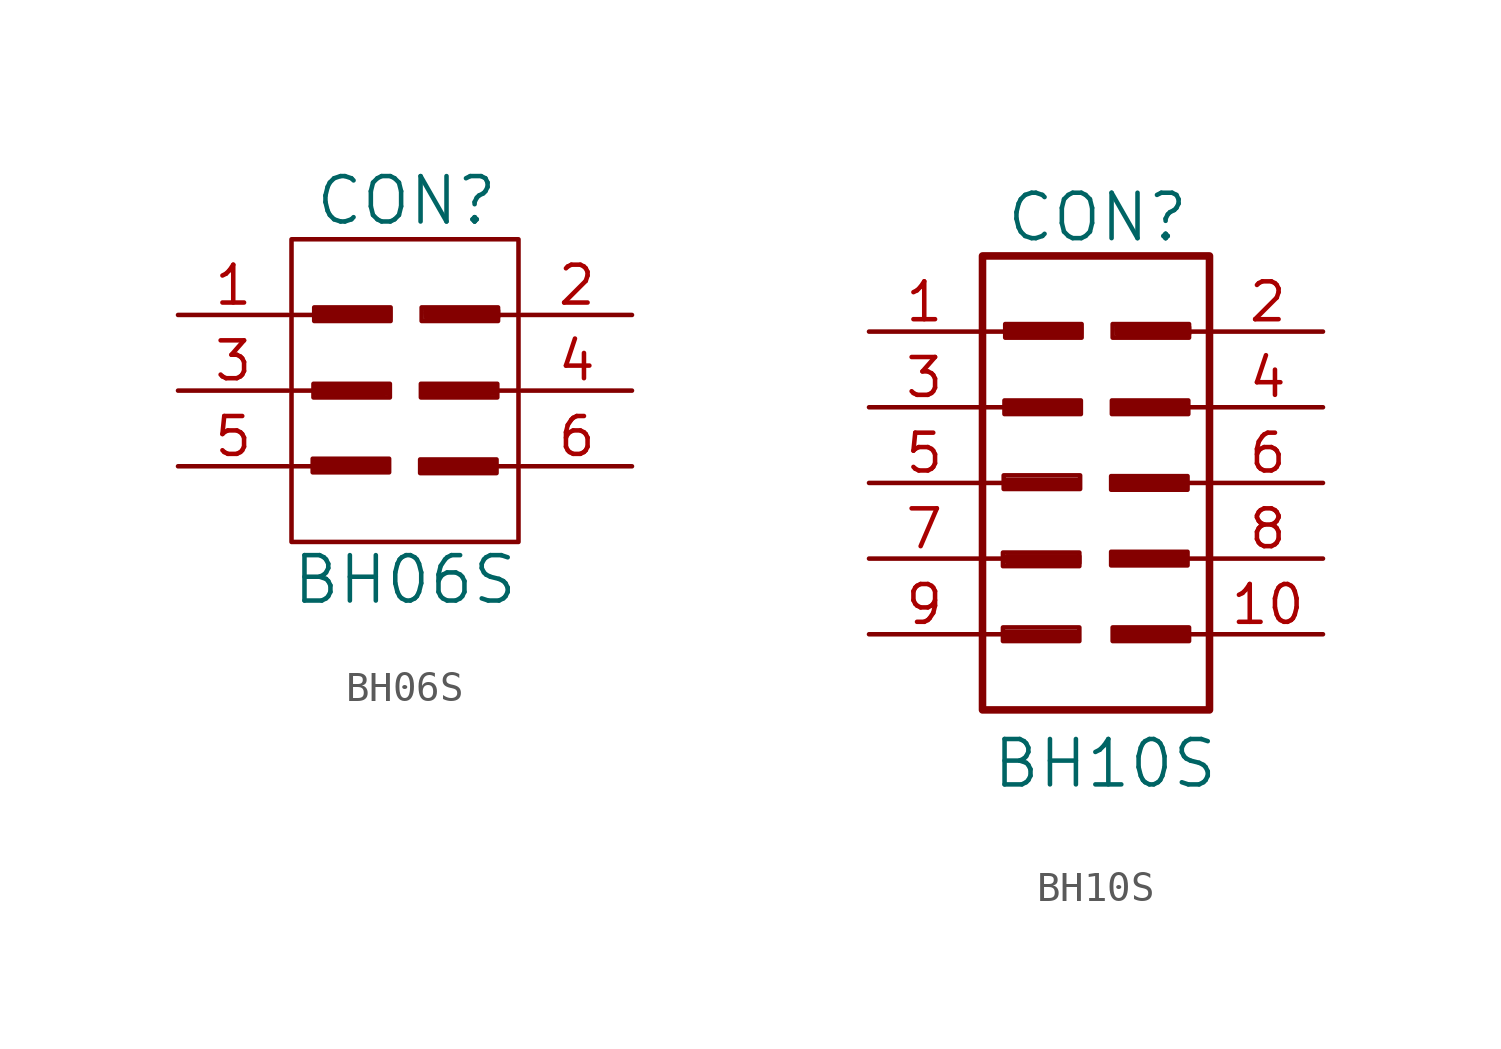
<source format=kicad_sym>
(kicad_symbol_lib
  (version 20241209)
  (generator "kicad_symbol_editor")
  (generator_version "9.0")
  (symbol "BH06S"
    (pin_names
      (offset 1.016)
      (hide yes))
    (property "Reference" "CON"
      (at 0.051 6.375 0)
      (effects (font (size 1.524 1.524))))
    (property "Value" "BH06S"
      (at 0 -6.35 0)
      (effects (font (size 1.524 1.524))))
    (property "Footprint" ""
      (at -0.203 -3.734 0)
      (effects (font (size 1.524 1.524))))
    (property "Datasheet" ""
      (at -0.203 -3.734 0)
      (effects (font (size 1.524 1.524))))
    (symbol "BH06S_0_0"
      (rectangle (start -3.099 -2.286) (end -0.533 -2.743) (stroke (width 0) (type solid)) (fill (type none)))
      (rectangle (start -3.073 0.229) (end -0.508 -0.229) (stroke (width 0) (type solid)) (fill (type none)))
      (rectangle (start -3.048 2.794) (end -0.483 2.337) (stroke (width 0) (type solid)) (fill (type none)))
      (polyline (pts (xy -3.023 -2.438) (xy -0.584 -2.438) (xy -0.584 -2.667) (xy -2.997 -2.692) (xy -3.023 -2.515) (xy -0.711 -2.515) (xy -0.711 -2.591) (xy -2.997 -2.54)) (stroke (width 0) (type solid)) (fill (type none)))
      (polyline (pts (xy -2.972 0.127) (xy -0.533 0.127) (xy -0.533 -0.102) (xy -2.946 -0.127) (xy -2.972 0.051) (xy -0.66 0.051) (xy -0.66 -0.025) (xy -2.946 0.025)) (stroke (width 0) (type solid)) (fill (type none)))
      (polyline (pts (xy -2.946 2.692) (xy -0.508 2.692) (xy -0.508 2.464) (xy -2.921 2.438) (xy -2.946 2.616) (xy -0.635 2.616) (xy -0.635 2.54) (xy -2.921 2.591)) (stroke (width 0) (type solid)) (fill (type none)))
      (rectangle (start 0.508 -2.311) (end 3.073 -2.769) (stroke (width 0) (type solid)) (fill (type none)))
      (rectangle (start 0.533 0.229) (end 3.099 -0.229) (stroke (width 0) (type solid)) (fill (type none)))
      (rectangle (start 0.559 2.794) (end 3.124 2.337) (stroke (width 0) (type solid)) (fill (type none)))
      (polyline (pts (xy 0.559 -2.438) (xy 2.997 -2.438) (xy 2.997 -2.667) (xy 0.584 -2.692) (xy 0.559 -2.515) (xy 2.87 -2.515) (xy 2.87 -2.591) (xy 0.584 -2.54)) (stroke (width 0) (type solid)) (fill (type none)))
      (polyline (pts (xy 0.584 0.127) (xy 3.023 0.127) (xy 3.023 -0.102) (xy 0.61 -0.127) (xy 0.584 0.051) (xy 2.896 0.051) (xy 2.896 -0.025) (xy 0.61 0.025)) (stroke (width 0) (type solid)) (fill (type none)))
      (polyline (pts (xy 0.686 2.692) (xy 3.124 2.692) (xy 3.124 2.464) (xy 0.711 2.438) (xy 0.686 2.616) (xy 2.997 2.616) (xy 2.997 2.54) (xy 0.711 2.591)) (stroke (width 0) (type solid)) (fill (type none))))
    (symbol "BH06S_0_1"
      (rectangle (start -3.81 5.08) (end 3.81 -5.08) (stroke (width 0) (type solid)) (fill (type none)))
      (polyline (pts (xy -3.81 2.54) (xy -3.048 2.54)) (stroke (width 0) (type solid)) (fill (type none)))
      (polyline (pts (xy -3.81 0) (xy -3.048 0)) (stroke (width 0) (type solid)) (fill (type none)))
      (polyline (pts (xy -3.81 -2.54) (xy -3.048 -2.54)) (stroke (width 0) (type solid)) (fill (type none)))
      (polyline (pts (xy 3.81 2.54) (xy 3.048 2.54)) (stroke (width 0) (type solid)) (fill (type none)))
      (polyline (pts (xy 3.81 0) (xy 3.048 0)) (stroke (width 0) (type solid)) (fill (type none)))
      (polyline (pts (xy 3.81 -2.54) (xy 3.048 -2.54)) (stroke (width 0) (type solid)) (fill (type none))))
    (symbol "BH06S_1_1"
      (pin passive line (at -7.62 2.54 0) (length 3.708) (name "1" (effects (font (size 1.27 1.27)))) (number "1" (effects (font (size 1.27 1.27)))))
      (pin passive line (at -7.62 0 0) (length 3.708) (name "3" (effects (font (size 1.27 1.27)))) (number "3" (effects (font (size 1.27 1.27)))))
      (pin passive line (at -7.62 -2.54 0) (length 3.708) (name "5" (effects (font (size 1.27 1.27)))) (number "5" (effects (font (size 1.27 1.27)))))
      (pin passive line (at 7.62 2.54 180) (length 3.708) (name "2" (effects (font (size 1.27 1.27)))) (number "2" (effects (font (size 1.27 1.27)))))
      (pin passive line (at 7.62 0 180) (length 3.708) (name "4" (effects (font (size 1.27 1.27)))) (number "4" (effects (font (size 1.27 1.27)))))
      (pin passive line (at 7.62 -2.54 180) (length 3.708) (name "6" (effects (font (size 1.27 1.27)))) (number "6" (effects (font (size 1.27 1.27)))))))
  (symbol "BH10S"
    (pin_names
      (offset 1.016)
      (hide yes))
    (property "Reference" "CON"
      (at 0.051 8.915 0)
      (effects (font (size 1.524 1.524))))
    (property "Value" "BH10S"
      (at 0.305 -9.423 0)
      (effects (font (size 1.524 1.524))))
    (property "Footprint" ""
      (at -0.203 -1.194 0)
      (effects (font (size 1.524 1.524))))
    (property "Datasheet" ""
      (at -0.203 -1.194 0)
      (effects (font (size 1.524 1.524))))
    (symbol "BH10S_0_0"
      (rectangle (start -3.124 -2.337) (end -0.559 -2.794) (stroke (width 0) (type solid)) (fill (type none)))
      (rectangle (start -3.124 -4.851) (end -0.559 -5.309) (stroke (width 0) (type solid)) (fill (type none)))
      (rectangle (start -3.099 0.254) (end -0.533 -0.203) (stroke (width 0) (type solid)) (fill (type none)))
      (rectangle (start -3.073 2.769) (end -0.508 2.311) (stroke (width 0) (type solid)) (fill (type none)))
      (rectangle (start -3.048 5.334) (end -0.483 4.877) (stroke (width 0) (type solid)) (fill (type none)))
      (polyline (pts (xy -3.023 0.102) (xy -0.584 0.102) (xy -0.584 -0.127) (xy -2.997 -0.152) (xy -3.023 0.025) (xy -0.711 0.025) (xy -0.711 -0.051) (xy -2.997 0)) (stroke (width 0) (type solid)) (fill (type none)))
      (polyline (pts (xy -3.023 -5.004) (xy -0.584 -5.004) (xy -0.584 -5.232) (xy -2.997 -5.258) (xy -3.023 -5.08) (xy -0.711 -5.08) (xy -0.711 -5.156) (xy -2.997 -5.105)) (stroke (width 0) (type solid)) (fill (type none)))
      (polyline (pts (xy -2.997 -2.464) (xy -0.559 -2.464) (xy -0.559 -2.692) (xy -2.972 -2.718) (xy -2.997 -2.54) (xy -0.686 -2.54) (xy -0.686 -2.616) (xy -2.972 -2.565)) (stroke (width 0) (type solid)) (fill (type none)))
      (polyline (pts (xy -2.972 2.667) (xy -0.533 2.667) (xy -0.533 2.438) (xy -2.946 2.413) (xy -2.972 2.591) (xy -0.66 2.591) (xy -0.66 2.515) (xy -2.946 2.565)) (stroke (width 0) (type solid)) (fill (type none)))
      (polyline (pts (xy -2.946 5.232) (xy -0.508 5.232) (xy -0.508 5.004) (xy -2.921 4.978) (xy -2.946 5.156) (xy -0.635 5.156) (xy -0.635 5.08) (xy -2.921 5.131)) (stroke (width 0) (type solid)) (fill (type none)))
      (rectangle (start 0.508 0.229) (end 3.073 -0.229) (stroke (width 0) (type solid)) (fill (type none)))
      (rectangle (start 0.508 -2.311) (end 3.073 -2.769) (stroke (width 0) (type solid)) (fill (type none)))
      (rectangle (start 0.533 2.769) (end 3.099 2.311) (stroke (width 0) (type solid)) (fill (type none)))
      (rectangle (start 0.559 5.334) (end 3.124 4.877) (stroke (width 0) (type solid)) (fill (type none)))
      (polyline (pts (xy 0.559 0.102) (xy 2.997 0.102) (xy 2.997 -0.127) (xy 0.584 -0.152) (xy 0.559 0.025) (xy 2.87 0.025) (xy 2.87 -0.051) (xy 0.584 0)) (stroke (width 0) (type solid)) (fill (type none)))
      (rectangle (start 0.559 -4.851) (end 3.124 -5.309) (stroke (width 0) (type solid)) (fill (type none)))
      (polyline (pts (xy 0.584 2.667) (xy 3.023 2.667) (xy 3.023 2.438) (xy 0.61 2.413) (xy 0.584 2.591) (xy 2.896 2.591) (xy 2.896 2.515) (xy 0.61 2.565)) (stroke (width 0) (type solid)) (fill (type none)))
      (polyline (pts (xy 0.584 -2.438) (xy 3.023 -2.438) (xy 3.023 -2.667) (xy 0.61 -2.692) (xy 0.584 -2.515) (xy 2.896 -2.515) (xy 2.896 -2.591) (xy 0.61 -2.54)) (stroke (width 0) (type solid)) (fill (type none)))
      (polyline (pts (xy 0.635 -4.953) (xy 3.073 -4.953) (xy 3.073 -5.182) (xy 0.66 -5.207) (xy 0.635 -5.029) (xy 2.946 -5.029) (xy 2.946 -5.105) (xy 0.66 -5.055)) (stroke (width 0) (type solid)) (fill (type none)))
      (polyline (pts (xy 0.686 5.232) (xy 3.124 5.232) (xy 3.124 5.004) (xy 0.711 4.978) (xy 0.686 5.156) (xy 2.997 5.156) (xy 2.997 5.08) (xy 0.711 5.131)) (stroke (width 0) (type solid)) (fill (type none))))
    (symbol "BH10S_0_1"
      (rectangle (start -3.81 7.62) (end 3.81 -7.62) (stroke (width 0.254) (type solid)) (fill (type none)))
      (polyline (pts (xy -3.81 5.08) (xy -3.048 5.08)) (stroke (width 0) (type solid)) (fill (type none)))
      (polyline (pts (xy -3.81 2.54) (xy -3.048 2.54)) (stroke (width 0) (type solid)) (fill (type none)))
      (polyline (pts (xy -3.81 0) (xy -3.048 0)) (stroke (width 0) (type solid)) (fill (type none)))
      (polyline (pts (xy -3.81 -2.54) (xy -3.048 -2.54)) (stroke (width 0) (type solid)) (fill (type none)))
      (polyline (pts (xy -3.81 -5.08) (xy -3.048 -5.08)) (stroke (width 0) (type solid)) (fill (type none)))
      (polyline (pts (xy 3.81 5.08) (xy 3.048 5.08)) (stroke (width 0) (type solid)) (fill (type none)))
      (polyline (pts (xy 3.81 2.54) (xy 3.048 2.54)) (stroke (width 0) (type solid)) (fill (type none)))
      (polyline (pts (xy 3.81 0) (xy 3.048 0)) (stroke (width 0) (type solid)) (fill (type none)))
      (polyline (pts (xy 3.81 -2.54) (xy 3.048 -2.54)) (stroke (width 0) (type solid)) (fill (type none)))
      (polyline (pts (xy 3.81 -5.08) (xy 3.048 -5.08)) (stroke (width 0) (type solid)) (fill (type none))))
    (symbol "BH10S_1_1"
      (pin passive line (at -7.62 5.08 0) (length 3.708) (name "1" (effects (font (size 1.27 1.27)))) (number "1" (effects (font (size 1.27 1.27)))))
      (pin passive line (at -7.62 2.54 0) (length 3.708) (name "3" (effects (font (size 1.27 1.27)))) (number "3" (effects (font (size 1.27 1.27)))))
      (pin passive line (at -7.62 0 0) (length 3.708) (name "5" (effects (font (size 1.27 1.27)))) (number "5" (effects (font (size 1.27 1.27)))))
      (pin passive line (at -7.62 -2.54 0) (length 3.708) (name "7" (effects (font (size 1.27 1.27)))) (number "7" (effects (font (size 1.27 1.27)))))
      (pin passive line (at -7.62 -5.08 0) (length 3.708) (name "9" (effects (font (size 1.27 1.27)))) (number "9" (effects (font (size 1.27 1.27)))))
      (pin passive line (at 7.62 5.08 180) (length 3.708) (name "2" (effects (font (size 1.27 1.27)))) (number "2" (effects (font (size 1.27 1.27)))))
      (pin passive line (at 7.62 2.54 180) (length 3.708) (name "4" (effects (font (size 1.27 1.27)))) (number "4" (effects (font (size 1.27 1.27)))))
      (pin passive line (at 7.62 0 180) (length 3.708) (name "6" (effects (font (size 1.27 1.27)))) (number "6" (effects (font (size 1.27 1.27)))))
      (pin passive line (at 7.62 -2.54 180) (length 3.708) (name "8" (effects (font (size 1.27 1.27)))) (number "8" (effects (font (size 1.27 1.27)))))
      (pin passive line (at 7.62 -5.08 180) (length 3.708) (name "10" (effects (font (size 1.27 1.27)))) (number "10" (effects (font (size 1.27 1.27))))))))
</source>
